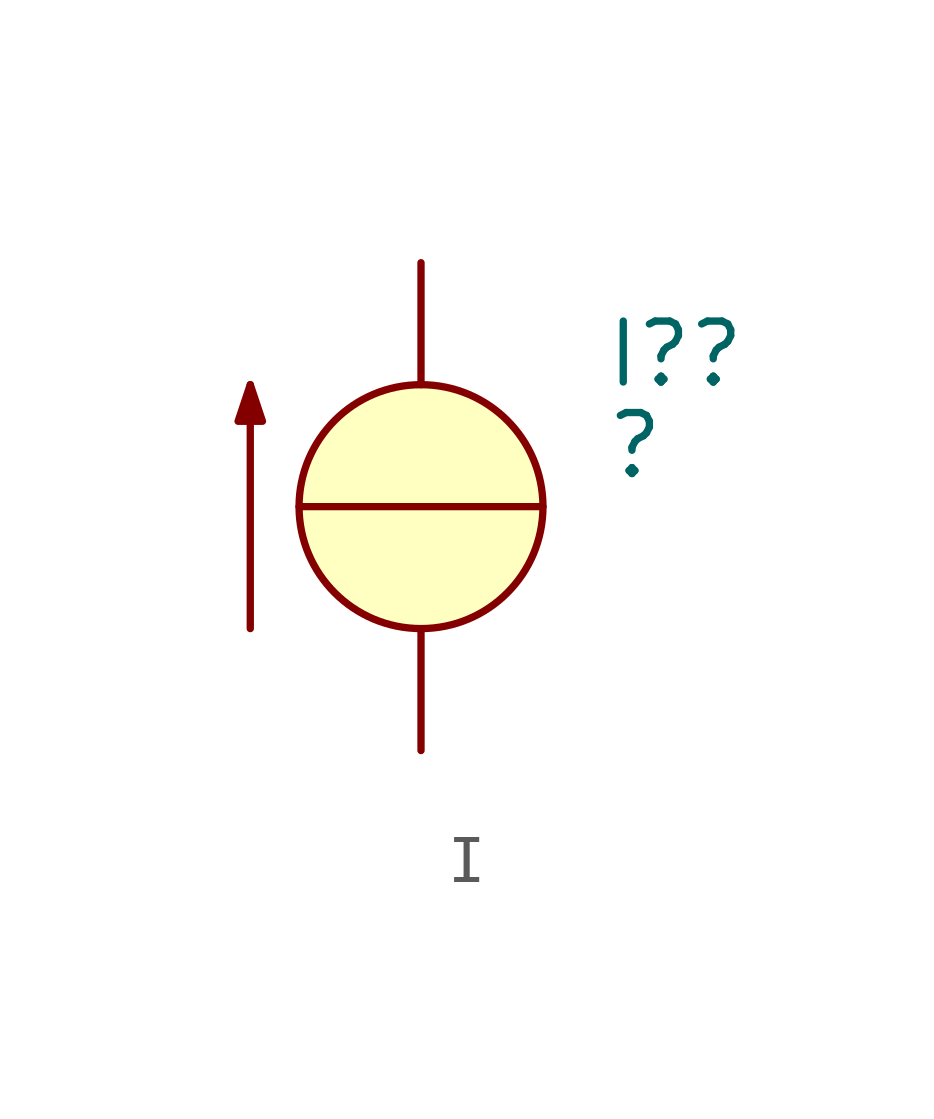
<source format=kicad_sym>
(kicad_symbol_lib
  (version 20241209)
  (generator "kicad_symbol_editor")
  (generator_version "9.0")
  (symbol "I"
    (pin_numbers
      (hide yes))
    (pin_names
      (offset 0)
      (hide yes))
    (property "Reference" "I?"
      (at 3.81 3.175 0)
      (effects (font (size 1.27 1.27)) (justify left)))
    (property "Value" "?"
      (at 3.81 1.27 0)
      (effects (font (size 1.27 1.27)) (justify left)))
    (symbol "I_0_1"
      (polyline (pts (xy -3.556 2.54) (xy -3.556 -2.54)) (stroke (width 0) (type solid)) (fill (type none)))
      (polyline (pts (xy -3.556 2.54) (xy -3.81 1.778) (xy -3.302 1.778) (xy -3.556 2.54)) (stroke (width 0) (type solid)) (fill (type outline)))
      (polyline (pts (xy -2.54 0) (xy 2.54 0)) (stroke (width 0) (type solid)) (fill (type none))))
    (symbol "I_1_0"
      (circle (center 0 0) (radius 2.54) (stroke (width 0) (type solid)) (fill (type background)))
      (pin power_out line (at 0 5.08 270) (length 2.54) (name "p" (effects (font (size 1.27 1.27)))) (number "2" (effects (font (size 1.27 1.27)))))
      (pin power_out line (at 0 -5.08 90) (length 2.54) (name "n" (effects (font (size 1.27 1.27)))) (number "1" (effects (font (size 1.27 1.27))))))))
</source>
